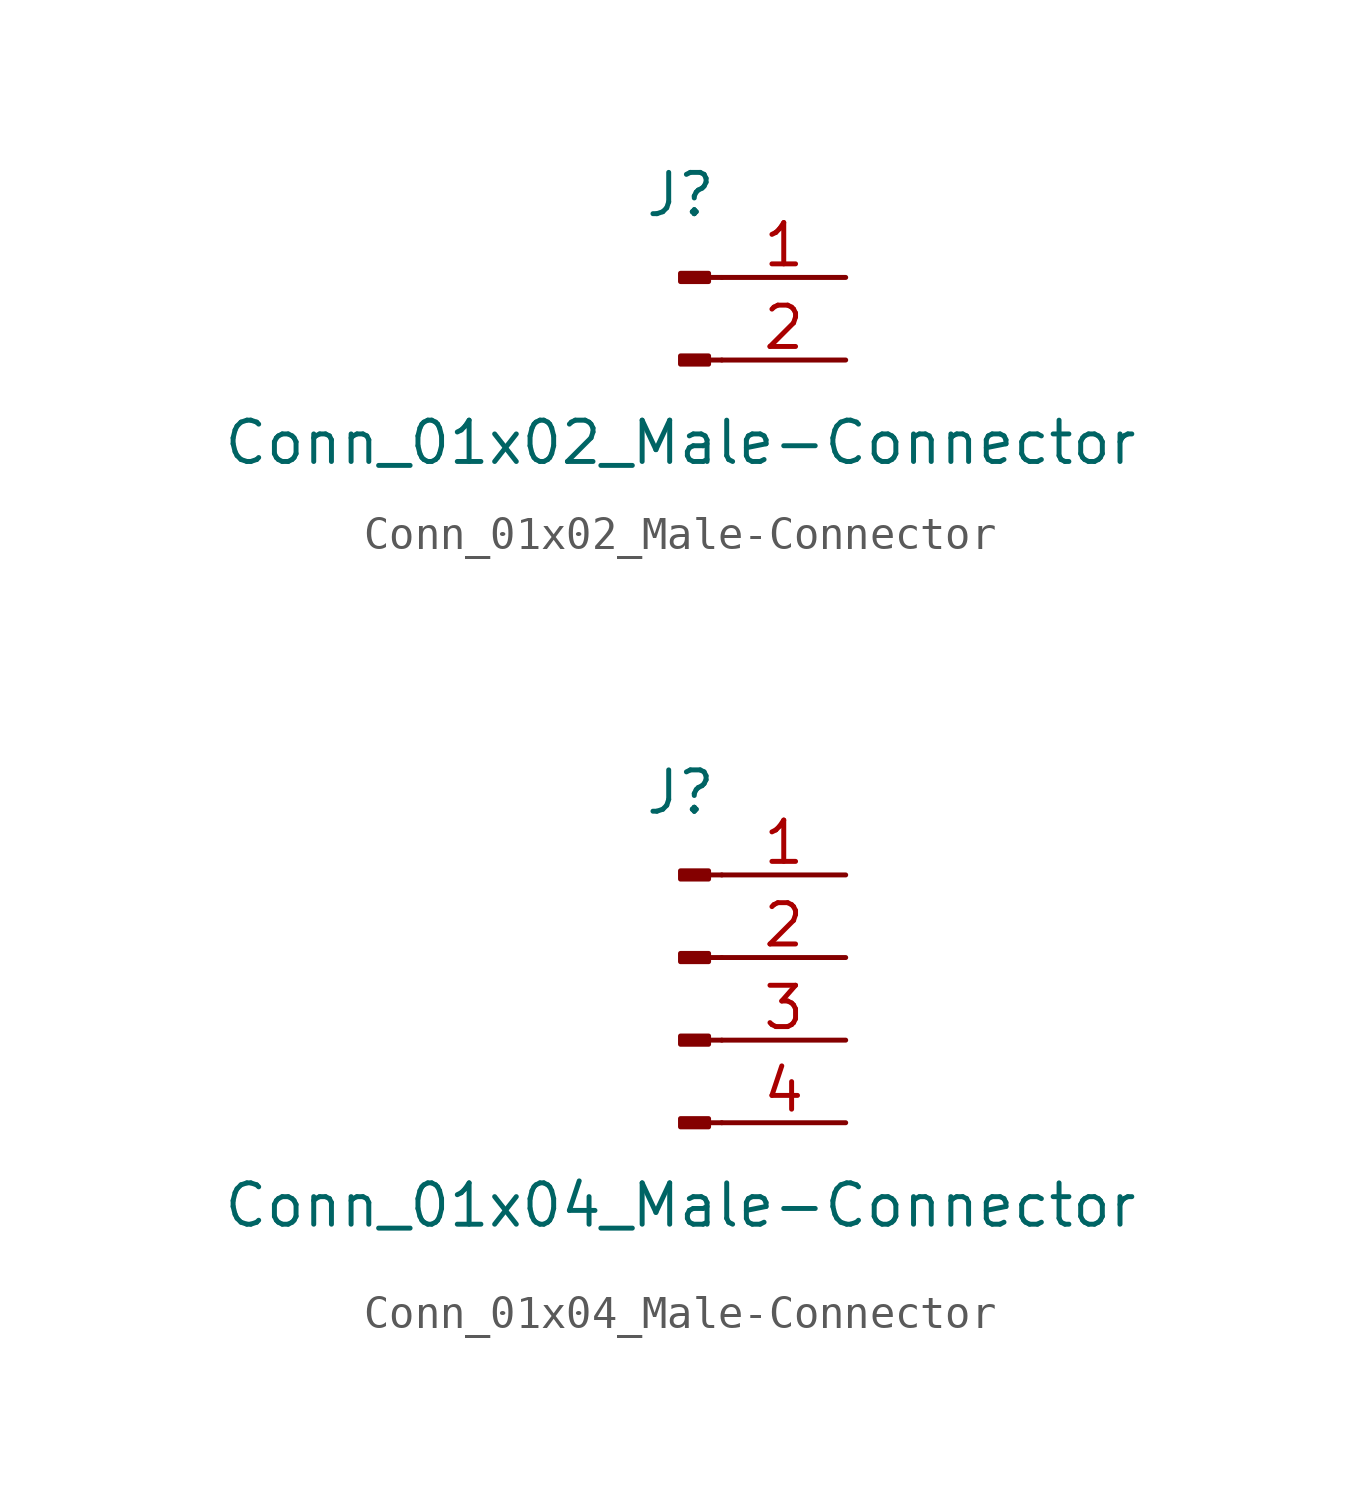
<source format=kicad_sym>
(kicad_symbol_lib
  (version 20220914)
  (generator kicad_symbol_editor)
  (symbol "Conn_01x02_Male-Connector"
    (pin_names
      (offset 1.016) hide)
    (property "Reference" "J"
      (at 0 2.54 0)
      (effects (font (size 1.27 1.27))))
    (property "Value" "Conn_01x02_Male-Connector"
      (at 0 -5.08 0)
      (effects (font (size 1.27 1.27))))
    (symbol "Conn_01x02_Male-Connector_1_1"
      (polyline (pts (xy 1.27 -2.54) (xy 0.864 -2.54)) (stroke (width 0.152) (type solid)) (fill (type none)))
      (polyline (pts (xy 1.27 0) (xy 0.864 0)) (stroke (width 0.152) (type solid)) (fill (type none)))
      (rectangle (start 0.864 -2.413) (end 0 -2.667) (stroke (width 0.152) (type solid)) (fill (type outline)))
      (rectangle (start 0.864 0.127) (end 0 -0.127) (stroke (width 0.152) (type solid)) (fill (type outline)))
      (pin passive line (at 5.08 0 180) (length 3.81) (name "Pin_1" (effects (font (size 1.27 1.27)))) (number "1" (effects (font (size 1.27 1.27)))))
      (pin passive line (at 5.08 -2.54 180) (length 3.81) (name "Pin_2" (effects (font (size 1.27 1.27)))) (number "2" (effects (font (size 1.27 1.27)))))))
  (symbol "Conn_01x04_Male-Connector"
    (pin_names
      (offset 1.016) hide)
    (property "Reference" "J"
      (at 0 5.08 0)
      (effects (font (size 1.27 1.27))))
    (property "Value" "Conn_01x04_Male-Connector"
      (at 0 -7.62 0)
      (effects (font (size 1.27 1.27))))
    (symbol "Conn_01x04_Male-Connector_1_1"
      (polyline (pts (xy 1.27 -5.08) (xy 0.864 -5.08)) (stroke (width 0.152) (type solid)) (fill (type none)))
      (polyline (pts (xy 1.27 -2.54) (xy 0.864 -2.54)) (stroke (width 0.152) (type solid)) (fill (type none)))
      (polyline (pts (xy 1.27 0) (xy 0.864 0)) (stroke (width 0.152) (type solid)) (fill (type none)))
      (polyline (pts (xy 1.27 2.54) (xy 0.864 2.54)) (stroke (width 0.152) (type solid)) (fill (type none)))
      (rectangle (start 0.864 -4.953) (end 0 -5.207) (stroke (width 0.152) (type solid)) (fill (type outline)))
      (rectangle (start 0.864 -2.413) (end 0 -2.667) (stroke (width 0.152) (type solid)) (fill (type outline)))
      (rectangle (start 0.864 0.127) (end 0 -0.127) (stroke (width 0.152) (type solid)) (fill (type outline)))
      (rectangle (start 0.864 2.667) (end 0 2.413) (stroke (width 0.152) (type solid)) (fill (type outline)))
      (pin passive line (at 5.08 2.54 180) (length 3.81) (name "Pin_1" (effects (font (size 1.27 1.27)))) (number "1" (effects (font (size 1.27 1.27)))))
      (pin passive line (at 5.08 0 180) (length 3.81) (name "Pin_2" (effects (font (size 1.27 1.27)))) (number "2" (effects (font (size 1.27 1.27)))))
      (pin passive line (at 5.08 -2.54 180) (length 3.81) (name "Pin_3" (effects (font (size 1.27 1.27)))) (number "3" (effects (font (size 1.27 1.27)))))
      (pin passive line (at 5.08 -5.08 180) (length 3.81) (name "Pin_4" (effects (font (size 1.27 1.27)))) (number "4" (effects (font (size 1.27 1.27))))))))
</source>
